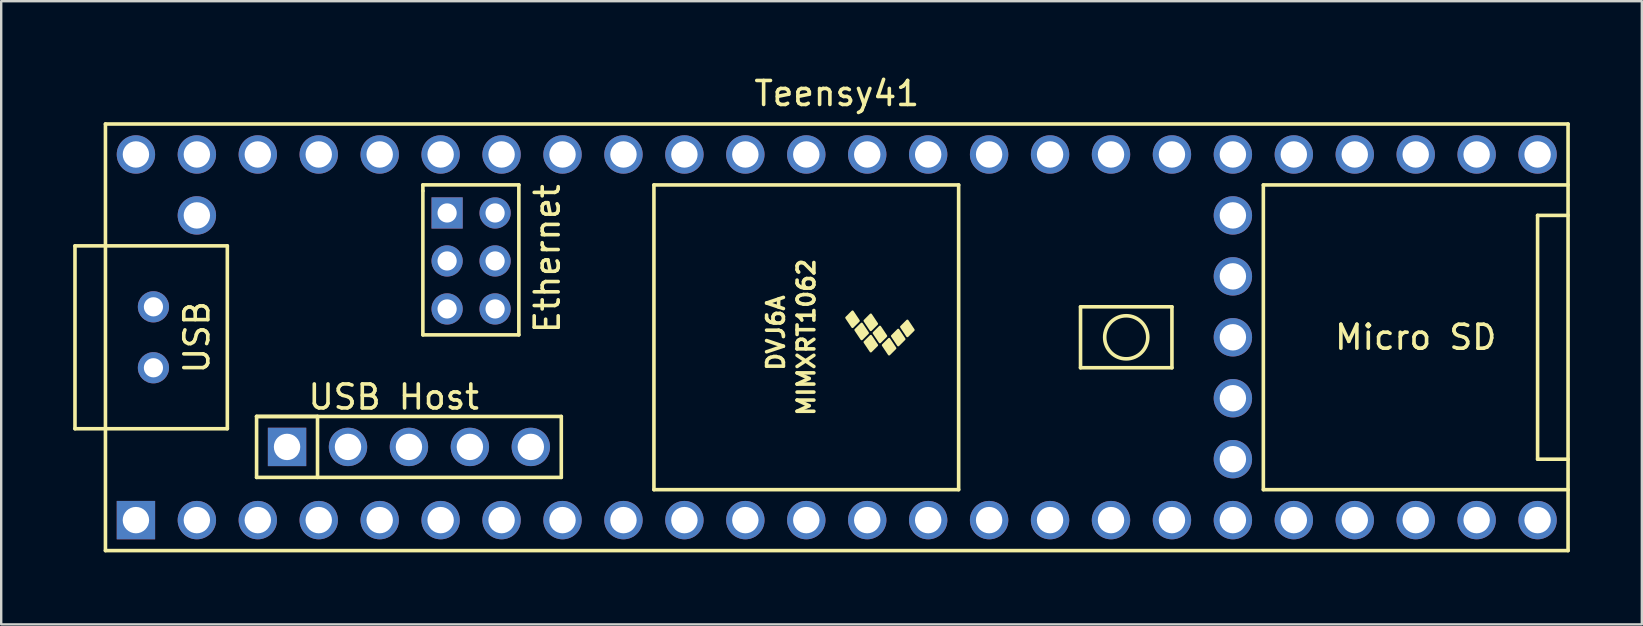
<source format=kicad_pcb>
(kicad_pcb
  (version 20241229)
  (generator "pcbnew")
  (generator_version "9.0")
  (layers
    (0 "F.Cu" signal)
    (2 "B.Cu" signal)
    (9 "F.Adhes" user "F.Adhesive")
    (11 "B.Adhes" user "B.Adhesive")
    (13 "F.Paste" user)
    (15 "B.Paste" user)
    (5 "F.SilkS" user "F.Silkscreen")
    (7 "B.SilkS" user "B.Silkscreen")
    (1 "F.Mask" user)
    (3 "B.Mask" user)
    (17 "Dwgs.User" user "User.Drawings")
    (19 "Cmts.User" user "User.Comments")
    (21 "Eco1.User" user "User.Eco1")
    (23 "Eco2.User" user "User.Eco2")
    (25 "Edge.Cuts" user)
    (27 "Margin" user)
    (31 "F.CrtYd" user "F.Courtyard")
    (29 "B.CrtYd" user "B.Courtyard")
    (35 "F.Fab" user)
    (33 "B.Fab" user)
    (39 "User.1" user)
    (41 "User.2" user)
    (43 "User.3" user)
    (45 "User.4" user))
  (footprint "Teensy41"
    (layer "F.Cu")
    (at 31.825 11.008)
    (property "Reference" "Teensy41" (at 0 -10.16 0) (layer "F.SilkS") (effects (font (size 1 1) (thickness 0.15))))
    (attr through_hole)
    (fp_line (start -31.75 -3.81) (end -30.48 -3.81) (stroke (width 0.15) (type solid)) (layer "F.SilkS"))
    (fp_line (start -31.75 3.81) (end -31.75 -3.81) (stroke (width 0.15) (type solid)) (layer "F.SilkS"))
    (fp_line (start -30.48 -8.89) (end 30.48 -8.89) (stroke (width 0.15) (type solid)) (layer "F.SilkS"))
    (fp_line (start -30.48 3.81) (end -31.75 3.81) (stroke (width 0.15) (type solid)) (layer "F.SilkS"))
    (fp_line (start -30.48 8.89) (end -30.48 -8.89) (stroke (width 0.15) (type solid)) (layer "F.SilkS"))
    (fp_line (start -25.4 -3.81) (end -30.48 -3.81) (stroke (width 0.15) (type solid)) (layer "F.SilkS"))
    (fp_line (start -25.4 3.81) (end -30.48 3.81) (stroke (width 0.15) (type solid)) (layer "F.SilkS"))
    (fp_line (start -25.4 3.81) (end -25.4 -3.81) (stroke (width 0.15) (type solid)) (layer "F.SilkS"))
    (fp_line (start -24.181 3.299) (end -21.641 3.299) (stroke (width 0.15) (type solid)) (layer "F.SilkS"))
    (fp_line (start -24.181 3.299) (end -11.481 3.299) (stroke (width 0.15) (type solid)) (layer "F.SilkS"))
    (fp_line (start -24.181 5.839) (end -24.181 3.299) (stroke (width 0.15) (type solid)) (layer "F.SilkS"))
    (fp_line (start -21.641 3.299) (end -21.641 5.839) (stroke (width 0.15) (type solid)) (layer "F.SilkS"))
    (fp_line (start -17.25 -6.352) (end -17.25 -6.102) (stroke (width 0.15) (type solid)) (layer "F.SilkS"))
    (fp_line (start -17.25 -6.102) (end -17.25 -0.102) (stroke (width 0.15) (type solid)) (layer "F.SilkS"))
    (fp_line (start -17.25 -0.102) (end -13.25 -0.102) (stroke (width 0.15) (type solid)) (layer "F.SilkS"))
    (fp_line (start -13.25 -6.352) (end -17.25 -6.352) (stroke (width 0.15) (type solid)) (layer "F.SilkS"))
    (fp_line (start -13.25 -0.102) (end -13.25 -6.352) (stroke (width 0.15) (type solid)) (layer "F.SilkS"))
    (fp_line (start -11.481 3.299) (end -11.481 5.839) (stroke (width 0.15) (type solid)) (layer "F.SilkS"))
    (fp_line (start -11.481 5.839) (end -24.181 5.839) (stroke (width 0.15) (type solid)) (layer "F.SilkS"))
    (fp_line (start -7.62 -6.35) (end -7.62 6.35) (stroke (width 0.15) (type solid)) (layer "F.SilkS"))
    (fp_line (start -7.62 6.35) (end 5.08 6.35) (stroke (width 0.15) (type solid)) (layer "F.SilkS"))
    (fp_line (start 5.08 -6.35) (end -7.62 -6.35) (stroke (width 0.15) (type solid)) (layer "F.SilkS"))
    (fp_line (start 5.08 6.35) (end 5.08 -6.35) (stroke (width 0.15) (type solid)) (layer "F.SilkS"))
    (fp_line (start 10.16 -1.27) (end 13.97 -1.27) (stroke (width 0.15) (type solid)) (layer "F.SilkS"))
    (fp_line (start 10.16 1.27) (end 10.16 -1.27) (stroke (width 0.15) (type solid)) (layer "F.SilkS"))
    (fp_line (start 13.97 -1.27) (end 13.97 1.27) (stroke (width 0.15) (type solid)) (layer "F.SilkS"))
    (fp_line (start 13.97 1.27) (end 10.16 1.27) (stroke (width 0.15) (type solid)) (layer "F.SilkS"))
    (fp_line (start 17.78 -6.35) (end 17.78 6.35) (stroke (width 0.15) (type solid)) (layer "F.SilkS"))
    (fp_line (start 17.78 6.35) (end 30.48 6.35) (stroke (width 0.15) (type solid)) (layer "F.SilkS"))
    (fp_line (start 29.21 -5.08) (end 29.21 5.08) (stroke (width 0.15) (type solid)) (layer "F.SilkS"))
    (fp_line (start 29.21 5.08) (end 30.48 5.08) (stroke (width 0.15) (type solid)) (layer "F.SilkS"))
    (fp_line (start 30.48 -8.89) (end 30.48 8.89) (stroke (width 0.15) (type solid)) (layer "F.SilkS"))
    (fp_line (start 30.48 -6.35) (end 17.78 -6.35) (stroke (width 0.15) (type solid)) (layer "F.SilkS"))
    (fp_line (start 30.48 -5.08) (end 29.21 -5.08) (stroke (width 0.15) (type solid)) (layer "F.SilkS"))
    (fp_line (start 30.48 8.89) (end -30.48 8.89) (stroke (width 0.15) (type solid)) (layer "F.SilkS"))
    (fp_circle (center 12.065 0) (end 12.7 -0.635) (stroke (width 0.15) (type solid)) (fill no) (layer "F.SilkS"))
    (fp_poly (pts (xy 0.911 -0.688) (xy 0.657 -0.434) (xy 0.403 -0.815) (xy 0.657 -1.069)) (stroke (width 0.1) (type solid)) (fill yes) (layer "F.SilkS"))
    (fp_poly (pts (xy 1.292 -0.18) (xy 1.038 0.074) (xy 0.784 -0.307) (xy 1.038 -0.561)) (stroke (width 0.1) (type solid)) (fill yes) (layer "F.SilkS"))
    (fp_poly (pts (xy 1.673 -0.561) (xy 1.419 -0.307) (xy 1.165 -0.688) (xy 1.419 -0.942)) (stroke (width 0.1) (type solid)) (fill yes) (layer "F.SilkS"))
    (fp_poly (pts (xy 1.673 0.328) (xy 1.419 0.582) (xy 1.165 0.201) (xy 1.419 -0.053)) (stroke (width 0.1) (type solid)) (fill yes) (layer "F.SilkS"))
    (fp_poly (pts (xy 2.054 -0.053) (xy 1.8 0.201) (xy 1.546 -0.18) (xy 1.8 -0.434)) (stroke (width 0.1) (type solid)) (fill yes) (layer "F.SilkS"))
    (fp_poly (pts (xy 2.435 0.455) (xy 2.181 0.709) (xy 1.927 0.328) (xy 2.181 0.074)) (stroke (width 0.1) (type solid)) (fill yes) (layer "F.SilkS"))
    (fp_poly (pts (xy 2.816 0.074) (xy 2.562 0.328) (xy 2.308 -0.053) (xy 2.562 -0.307)) (stroke (width 0.1) (type solid)) (fill yes) (layer "F.SilkS"))
    (fp_poly (pts (xy 3.197 -0.307) (xy 2.943 -0.053) (xy 2.689 -0.434) (xy 2.943 -0.688)) (stroke (width 0.1) (type solid)) (fill yes) (layer "F.SilkS"))
    (fp_text user "USB Host" (at -18.466 2.489 0) (layer "F.SilkS") (effects (font (size 1 1) (thickness 0.15))))
    (fp_text user "Ethernet" (at -12.065 -3.277 90) (layer "F.SilkS") (effects (font (size 1 1) (thickness 0.15))))
    (fp_text user "DVJ6A" (at -2.54 -0.18 270) (layer "F.SilkS") (effects (font (size 0.7 0.7) (thickness 0.15))))
    (fp_text user "USB" (at -26.67 0 270) (layer "F.SilkS") (effects (font (size 1 1) (thickness 0.15))))
    (fp_text user "MIMXRT1062" (at -1.27 0 270) (layer "F.SilkS") (effects (font (size 0.7 0.7) (thickness 0.15))))
    (fp_text user "Micro SD" (at 24.13 0 0) (layer "F.SilkS") (effects (font (size 1 1) (thickness 0.15))))
    (pad "1" thru_hole rect (at -29.21 7.62) (size 1.6 1.6) (drill 1.1) (layers "*.Cu" "*.Mask"))
    (pad "2" thru_hole circle (at -26.67 7.62) (size 1.6 1.6) (drill 1.1) (layers "*.Cu" "*.Mask"))
    (pad "3" thru_hole circle (at -24.13 7.62) (size 1.6 1.6) (drill 1.1) (layers "*.Cu" "*.Mask"))
    (pad "4" thru_hole circle (at -21.59 7.62) (size 1.6 1.6) (drill 1.1) (layers "*.Cu" "*.Mask"))
    (pad "5" thru_hole circle (at -19.05 7.62) (size 1.6 1.6) (drill 1.1) (layers "*.Cu" "*.Mask"))
    (pad "6" thru_hole circle (at -16.51 7.62) (size 1.6 1.6) (drill 1.1) (layers "*.Cu" "*.Mask"))
    (pad "7" thru_hole circle (at -13.97 7.62) (size 1.6 1.6) (drill 1.1) (layers "*.Cu" "*.Mask"))
    (pad "8" thru_hole circle (at -11.43 7.62) (size 1.6 1.6) (drill 1.1) (layers "*.Cu" "*.Mask"))
    (pad "9" thru_hole circle (at -8.89 7.62) (size 1.6 1.6) (drill 1.1) (layers "*.Cu" "*.Mask"))
    (pad "10" thru_hole circle (at -6.35 7.62) (size 1.6 1.6) (drill 1.1) (layers "*.Cu" "*.Mask"))
    (pad "11" thru_hole circle (at -3.81 7.62) (size 1.6 1.6) (drill 1.1) (layers "*.Cu" "*.Mask"))
    (pad "12" thru_hole circle (at -1.27 7.62) (size 1.6 1.6) (drill 1.1) (layers "*.Cu" "*.Mask"))
    (pad "13" thru_hole circle (at 1.27 7.62) (size 1.6 1.6) (drill 1.1) (layers "*.Cu" "*.Mask"))
    (pad "14" thru_hole circle (at 3.81 7.62) (size 1.6 1.6) (drill 1.1) (layers "*.Cu" "*.Mask"))
    (pad "15" thru_hole circle (at 6.35 7.62) (size 1.6 1.6) (drill 1.1) (layers "*.Cu" "*.Mask"))
    (pad "16" thru_hole circle (at 8.89 7.62) (size 1.6 1.6) (drill 1.1) (layers "*.Cu" "*.Mask"))
    (pad "17" thru_hole circle (at 11.43 7.62) (size 1.6 1.6) (drill 1.1) (layers "*.Cu" "*.Mask"))
    (pad "18" thru_hole circle (at 13.97 7.62) (size 1.6 1.6) (drill 1.1) (layers "*.Cu" "*.Mask"))
    (pad "19" thru_hole circle (at 16.51 7.62) (size 1.6 1.6) (drill 1.1) (layers "*.Cu" "*.Mask"))
    (pad "20" thru_hole circle (at 19.05 7.62) (size 1.6 1.6) (drill 1.1) (layers "*.Cu" "*.Mask"))
    (pad "21" thru_hole circle (at 21.59 7.62) (size 1.6 1.6) (drill 1.1) (layers "*.Cu" "*.Mask"))
    (pad "22" thru_hole circle (at 24.13 7.62) (size 1.6 1.6) (drill 1.1) (layers "*.Cu" "*.Mask"))
    (pad "23" thru_hole circle (at 26.67 7.62) (size 1.6 1.6) (drill 1.1) (layers "*.Cu" "*.Mask"))
    (pad "24" thru_hole circle (at 29.21 7.62) (size 1.6 1.6) (drill 1.1) (layers "*.Cu" "*.Mask"))
    (pad "25" thru_hole circle (at 29.21 -7.62) (size 1.6 1.6) (drill 1.1) (layers "*.Cu" "*.Mask"))
    (pad "26" thru_hole circle (at 26.67 -7.62) (size 1.6 1.6) (drill 1.1) (layers "*.Cu" "*.Mask"))
    (pad "27" thru_hole circle (at 24.13 -7.62) (size 1.6 1.6) (drill 1.1) (layers "*.Cu" "*.Mask"))
    (pad "28" thru_hole circle (at 21.59 -7.62) (size 1.6 1.6) (drill 1.1) (layers "*.Cu" "*.Mask"))
    (pad "29" thru_hole circle (at 19.05 -7.62) (size 1.6 1.6) (drill 1.1) (layers "*.Cu" "*.Mask"))
    (pad "30" thru_hole circle (at 16.51 -7.62) (size 1.6 1.6) (drill 1.1) (layers "*.Cu" "*.Mask"))
    (pad "31" thru_hole circle (at 13.97 -7.62) (size 1.6 1.6) (drill 1.1) (layers "*.Cu" "*.Mask"))
    (pad "32" thru_hole circle (at 11.43 -7.62) (size 1.6 1.6) (drill 1.1) (layers "*.Cu" "*.Mask"))
    (pad "33" thru_hole circle (at 8.89 -7.62) (size 1.6 1.6) (drill 1.1) (layers "*.Cu" "*.Mask"))
    (pad "34" thru_hole circle (at 6.35 -7.62) (size 1.6 1.6) (drill 1.1) (layers "*.Cu" "*.Mask"))
    (pad "35" thru_hole circle (at 3.81 -7.62) (size 1.6 1.6) (drill 1.1) (layers "*.Cu" "*.Mask"))
    (pad "36" thru_hole circle (at 1.27 -7.62) (size 1.6 1.6) (drill 1.1) (layers "*.Cu" "*.Mask"))
    (pad "37" thru_hole circle (at -1.27 -7.62) (size 1.6 1.6) (drill 1.1) (layers "*.Cu" "*.Mask"))
    (pad "38" thru_hole circle (at -3.81 -7.62) (size 1.6 1.6) (drill 1.1) (layers "*.Cu" "*.Mask"))
    (pad "39" thru_hole circle (at -6.35 -7.62) (size 1.6 1.6) (drill 1.1) (layers "*.Cu" "*.Mask"))
    (pad "40" thru_hole circle (at -8.89 -7.62) (size 1.6 1.6) (drill 1.1) (layers "*.Cu" "*.Mask"))
    (pad "41" thru_hole circle (at -11.43 -7.62) (size 1.6 1.6) (drill 1.1) (layers "*.Cu" "*.Mask"))
    (pad "42" thru_hole circle (at -13.97 -7.62) (size 1.6 1.6) (drill 1.1) (layers "*.Cu" "*.Mask"))
    (pad "43" thru_hole circle (at -16.51 -7.62) (size 1.6 1.6) (drill 1.1) (layers "*.Cu" "*.Mask"))
    (pad "44" thru_hole circle (at -19.05 -7.62) (size 1.6 1.6) (drill 1.1) (layers "*.Cu" "*.Mask"))
    (pad "45" thru_hole circle (at -21.59 -7.62) (size 1.6 1.6) (drill 1.1) (layers "*.Cu" "*.Mask"))
    (pad "46" thru_hole circle (at -24.13 -7.62) (size 1.6 1.6) (drill 1.1) (layers "*.Cu" "*.Mask"))
    (pad "47" thru_hole circle (at -26.67 -7.62) (size 1.6 1.6) (drill 1.1) (layers "*.Cu" "*.Mask"))
    (pad "48" thru_hole circle (at -29.21 -7.62) (size 1.6 1.6) (drill 1.1) (layers "*.Cu" "*.Mask"))
    (pad "49" thru_hole circle (at -26.67 -5.08) (size 1.6 1.6) (drill 1.1) (layers "*.Cu" "*.Mask"))
    (pad "50" thru_hole circle (at 16.51 5.08) (size 1.6 1.6) (drill 1.1) (layers "*.Cu" "*.Mask"))
    (pad "51" thru_hole circle (at 16.51 2.54) (size 1.6 1.6) (drill 1.1) (layers "*.Cu" "*.Mask"))
    (pad "52" thru_hole circle (at 16.51 0) (size 1.6 1.6) (drill 1.1) (layers "*.Cu" "*.Mask"))
    (pad "53" thru_hole circle (at 16.51 -2.54) (size 1.6 1.6) (drill 1.1) (layers "*.Cu" "*.Mask"))
    (pad "54" thru_hole circle (at 16.51 -5.08) (size 1.6 1.6) (drill 1.1) (layers "*.Cu" "*.Mask"))
    (pad "55" thru_hole rect (at -22.911 4.569) (size 1.6 1.6) (drill 1.1) (layers "*.Cu" "*.Mask"))
    (pad "56" thru_hole circle (at -20.371 4.569) (size 1.6 1.6) (drill 1.1) (layers "*.Cu" "*.Mask"))
    (pad "57" thru_hole circle (at -17.831 4.569) (size 1.6 1.6) (drill 1.1) (layers "*.Cu" "*.Mask"))
    (pad "58" thru_hole circle (at -15.291 4.569) (size 1.6 1.6) (drill 1.1) (layers "*.Cu" "*.Mask"))
    (pad "59" thru_hole circle (at -12.751 4.569) (size 1.6 1.6) (drill 1.1) (layers "*.Cu" "*.Mask"))
    (pad "60" thru_hole rect (at -16.24 -5.182) (size 1.3 1.3) (drill 0.8) (layers "*.Cu" "*.Mask"))
    (pad "61" thru_hole circle (at -16.24 -3.182) (size 1.3 1.3) (drill 0.8) (layers "*.Cu" "*.Mask"))
    (pad "62" thru_hole circle (at -16.24 -1.182) (size 1.3 1.3) (drill 0.8) (layers "*.Cu" "*.Mask"))
    (pad "63" thru_hole circle (at -14.24 -1.182) (size 1.3 1.3) (drill 0.8) (layers "*.Cu" "*.Mask"))
    (pad "64" thru_hole circle (at -14.24 -3.182) (size 1.3 1.3) (drill 0.8) (layers "*.Cu" "*.Mask"))
    (pad "65" thru_hole circle (at -14.24 -5.182) (size 1.3 1.3) (drill 0.8) (layers "*.Cu" "*.Mask"))
    (pad "66" thru_hole circle (at -28.48 -1.27) (size 1.3 1.3) (drill 0.8) (layers "*.Cu" "*.Mask"))
    (pad "67" thru_hole circle (at -28.48 1.27) (size 1.3 1.3) (drill 0.8) (layers "*.Cu" "*.Mask")))
  (gr_rect
    (start -3 -3)
    (end 65.38 22.973)
    (stroke (width 0.1) (type default))
    (fill no)
    (layer "Edge.Cuts")))
</source>
